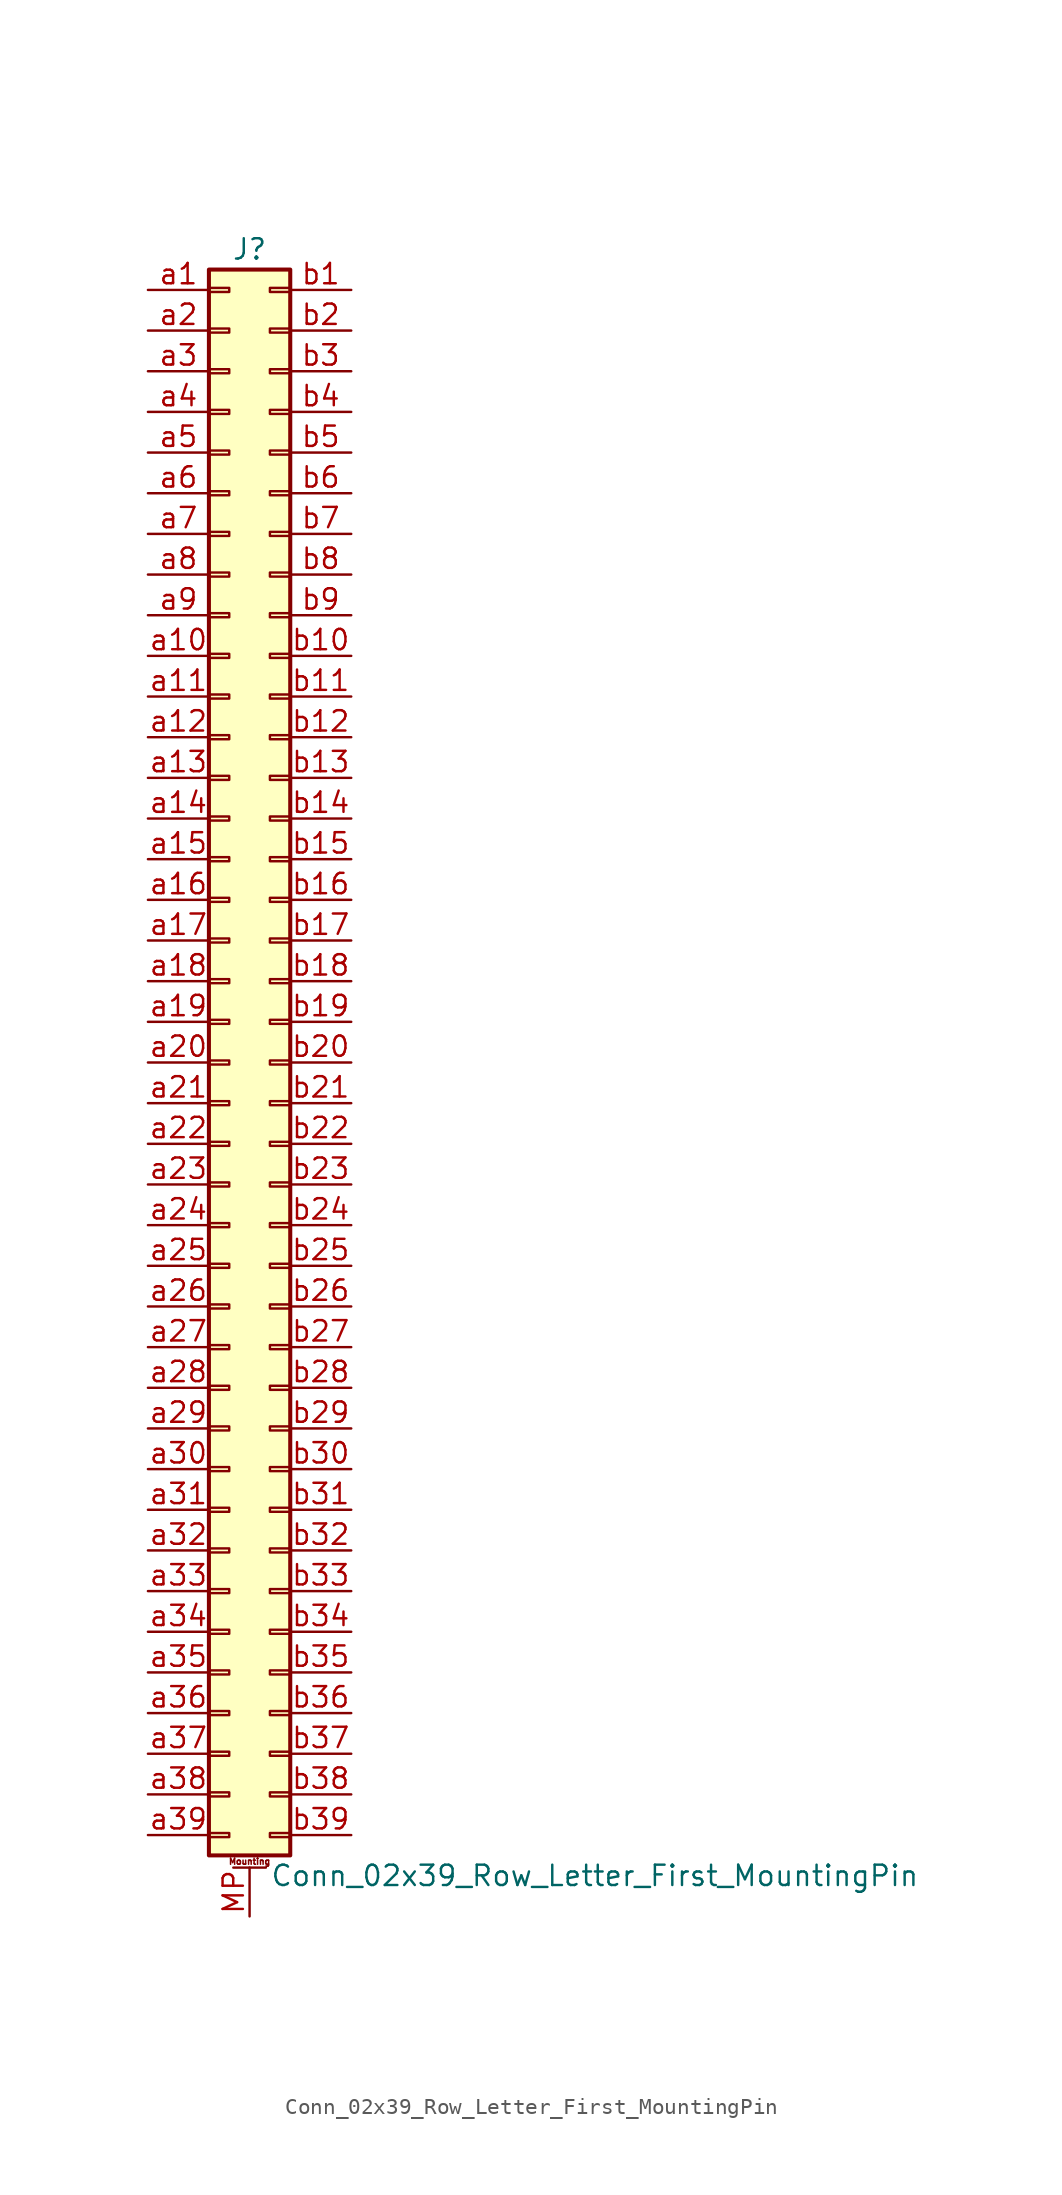
<source format=kicad_sym>
(kicad_symbol_lib
  (version 20201005)
  (generator kicad_symbol_editor)
  (symbol "Conn_02x39_Row_Letter_First_MountingPin"
    (pin_names
      (offset 1.016) hide)
    (property "Reference" "J"
      (at 1.27 50.8 0)
      (effects (font (size 1.27 1.27))))
    (property "Value" "Conn_02x39_Row_Letter_First_MountingPin"
      (at 2.54 -50.8 0)
      (effects (font (size 1.27 1.27)) (justify left)))
    (symbol "Conn_02x39_Row_Letter_First_MountingPin_1_1"
      (text "Mounting" (at 1.27 -49.911 0) (effects (font (size 0.381 0.381))))
      (rectangle (start -1.27 -48.133) (end 0 -48.387) (stroke (width 0.152)) (fill (type none)))
      (rectangle (start -1.27 -45.593) (end 0 -45.847) (stroke (width 0.152)) (fill (type none)))
      (rectangle (start -1.27 -43.053) (end 0 -43.307) (stroke (width 0.152)) (fill (type none)))
      (rectangle (start -1.27 -40.513) (end 0 -40.767) (stroke (width 0.152)) (fill (type none)))
      (rectangle (start -1.27 -37.973) (end 0 -38.227) (stroke (width 0.152)) (fill (type none)))
      (rectangle (start -1.27 -35.433) (end 0 -35.687) (stroke (width 0.152)) (fill (type none)))
      (rectangle (start -1.27 -32.893) (end 0 -33.147) (stroke (width 0.152)) (fill (type none)))
      (rectangle (start -1.27 -30.353) (end 0 -30.607) (stroke (width 0.152)) (fill (type none)))
      (rectangle (start -1.27 -27.813) (end 0 -28.067) (stroke (width 0.152)) (fill (type none)))
      (rectangle (start -1.27 -25.273) (end 0 -25.527) (stroke (width 0.152)) (fill (type none)))
      (rectangle (start -1.27 -22.733) (end 0 -22.987) (stroke (width 0.152)) (fill (type none)))
      (rectangle (start -1.27 -20.193) (end 0 -20.447) (stroke (width 0.152)) (fill (type none)))
      (rectangle (start -1.27 -17.653) (end 0 -17.907) (stroke (width 0.152)) (fill (type none)))
      (rectangle (start -1.27 -15.113) (end 0 -15.367) (stroke (width 0.152)) (fill (type none)))
      (rectangle (start -1.27 -12.573) (end 0 -12.827) (stroke (width 0.152)) (fill (type none)))
      (rectangle (start -1.27 -10.033) (end 0 -10.287) (stroke (width 0.152)) (fill (type none)))
      (rectangle (start -1.27 -7.493) (end 0 -7.747) (stroke (width 0.152)) (fill (type none)))
      (rectangle (start -1.27 -4.953) (end 0 -5.207) (stroke (width 0.152)) (fill (type none)))
      (rectangle (start -1.27 -2.413) (end 0 -2.667) (stroke (width 0.152)) (fill (type none)))
      (rectangle (start -1.27 0.127) (end 0 -0.127) (stroke (width 0.152)) (fill (type none)))
      (rectangle (start -1.27 2.667) (end 0 2.413) (stroke (width 0.152)) (fill (type none)))
      (rectangle (start -1.27 5.207) (end 0 4.953) (stroke (width 0.152)) (fill (type none)))
      (rectangle (start -1.27 7.747) (end 0 7.493) (stroke (width 0.152)) (fill (type none)))
      (rectangle (start -1.27 10.287) (end 0 10.033) (stroke (width 0.152)) (fill (type none)))
      (rectangle (start -1.27 12.827) (end 0 12.573) (stroke (width 0.152)) (fill (type none)))
      (rectangle (start -1.27 15.367) (end 0 15.113) (stroke (width 0.152)) (fill (type none)))
      (rectangle (start -1.27 17.907) (end 0 17.653) (stroke (width 0.152)) (fill (type none)))
      (rectangle (start -1.27 20.447) (end 0 20.193) (stroke (width 0.152)) (fill (type none)))
      (rectangle (start -1.27 22.987) (end 0 22.733) (stroke (width 0.152)) (fill (type none)))
      (rectangle (start -1.27 25.527) (end 0 25.273) (stroke (width 0.152)) (fill (type none)))
      (rectangle (start -1.27 28.067) (end 0 27.813) (stroke (width 0.152)) (fill (type none)))
      (rectangle (start -1.27 30.607) (end 0 30.353) (stroke (width 0.152)) (fill (type none)))
      (rectangle (start -1.27 33.147) (end 0 32.893) (stroke (width 0.152)) (fill (type none)))
      (rectangle (start -1.27 35.687) (end 0 35.433) (stroke (width 0.152)) (fill (type none)))
      (rectangle (start -1.27 38.227) (end 0 37.973) (stroke (width 0.152)) (fill (type none)))
      (rectangle (start -1.27 40.767) (end 0 40.513) (stroke (width 0.152)) (fill (type none)))
      (rectangle (start -1.27 43.307) (end 0 43.053) (stroke (width 0.152)) (fill (type none)))
      (rectangle (start -1.27 45.847) (end 0 45.593) (stroke (width 0.152)) (fill (type none)))
      (rectangle (start -1.27 48.387) (end 0 48.133) (stroke (width 0.152)) (fill (type none)))
      (rectangle (start 3.81 -48.133) (end 2.54 -48.387) (stroke (width 0.152)) (fill (type none)))
      (rectangle (start 3.81 -45.593) (end 2.54 -45.847) (stroke (width 0.152)) (fill (type none)))
      (rectangle (start 3.81 -43.053) (end 2.54 -43.307) (stroke (width 0.152)) (fill (type none)))
      (rectangle (start 3.81 -40.513) (end 2.54 -40.767) (stroke (width 0.152)) (fill (type none)))
      (rectangle (start 3.81 -37.973) (end 2.54 -38.227) (stroke (width 0.152)) (fill (type none)))
      (rectangle (start 3.81 -35.433) (end 2.54 -35.687) (stroke (width 0.152)) (fill (type none)))
      (rectangle (start 3.81 -32.893) (end 2.54 -33.147) (stroke (width 0.152)) (fill (type none)))
      (rectangle (start 3.81 -30.353) (end 2.54 -30.607) (stroke (width 0.152)) (fill (type none)))
      (rectangle (start 3.81 -27.813) (end 2.54 -28.067) (stroke (width 0.152)) (fill (type none)))
      (rectangle (start 3.81 -25.273) (end 2.54 -25.527) (stroke (width 0.152)) (fill (type none)))
      (rectangle (start 3.81 -22.733) (end 2.54 -22.987) (stroke (width 0.152)) (fill (type none)))
      (rectangle (start 3.81 -20.193) (end 2.54 -20.447) (stroke (width 0.152)) (fill (type none)))
      (rectangle (start 3.81 -17.653) (end 2.54 -17.907) (stroke (width 0.152)) (fill (type none)))
      (rectangle (start 3.81 -15.113) (end 2.54 -15.367) (stroke (width 0.152)) (fill (type none)))
      (rectangle (start 3.81 -12.573) (end 2.54 -12.827) (stroke (width 0.152)) (fill (type none)))
      (rectangle (start 3.81 -10.033) (end 2.54 -10.287) (stroke (width 0.152)) (fill (type none)))
      (rectangle (start 3.81 -7.493) (end 2.54 -7.747) (stroke (width 0.152)) (fill (type none)))
      (rectangle (start 3.81 -4.953) (end 2.54 -5.207) (stroke (width 0.152)) (fill (type none)))
      (rectangle (start 3.81 -2.413) (end 2.54 -2.667) (stroke (width 0.152)) (fill (type none)))
      (rectangle (start 3.81 0.127) (end 2.54 -0.127) (stroke (width 0.152)) (fill (type none)))
      (rectangle (start 3.81 2.667) (end 2.54 2.413) (stroke (width 0.152)) (fill (type none)))
      (rectangle (start 3.81 5.207) (end 2.54 4.953) (stroke (width 0.152)) (fill (type none)))
      (rectangle (start 3.81 7.747) (end 2.54 7.493) (stroke (width 0.152)) (fill (type none)))
      (rectangle (start 3.81 10.287) (end 2.54 10.033) (stroke (width 0.152)) (fill (type none)))
      (rectangle (start 3.81 12.827) (end 2.54 12.573) (stroke (width 0.152)) (fill (type none)))
      (rectangle (start 3.81 15.367) (end 2.54 15.113) (stroke (width 0.152)) (fill (type none)))
      (rectangle (start 3.81 17.907) (end 2.54 17.653) (stroke (width 0.152)) (fill (type none)))
      (rectangle (start 3.81 20.447) (end 2.54 20.193) (stroke (width 0.152)) (fill (type none)))
      (rectangle (start 3.81 22.987) (end 2.54 22.733) (stroke (width 0.152)) (fill (type none)))
      (rectangle (start 3.81 25.527) (end 2.54 25.273) (stroke (width 0.152)) (fill (type none)))
      (rectangle (start 3.81 28.067) (end 2.54 27.813) (stroke (width 0.152)) (fill (type none)))
      (rectangle (start 3.81 30.607) (end 2.54 30.353) (stroke (width 0.152)) (fill (type none)))
      (rectangle (start 3.81 33.147) (end 2.54 32.893) (stroke (width 0.152)) (fill (type none)))
      (rectangle (start 3.81 35.687) (end 2.54 35.433) (stroke (width 0.152)) (fill (type none)))
      (rectangle (start 3.81 38.227) (end 2.54 37.973) (stroke (width 0.152)) (fill (type none)))
      (rectangle (start 3.81 40.767) (end 2.54 40.513) (stroke (width 0.152)) (fill (type none)))
      (rectangle (start 3.81 43.307) (end 2.54 43.053) (stroke (width 0.152)) (fill (type none)))
      (rectangle (start 3.81 45.847) (end 2.54 45.593) (stroke (width 0.152)) (fill (type none)))
      (rectangle (start 3.81 48.387) (end 2.54 48.133) (stroke (width 0.152)) (fill (type none)))
      (rectangle (start -1.27 49.53) (end 3.81 -49.53) (stroke (width 0.254)) (fill (type background)))
      (polyline (pts (xy 0.254 -50.292) (xy 2.286 -50.292)) (stroke (width 0.152)) (fill (type none)))
      (pin passive line (at 1.27 -53.34 90) (length 3.048) (name "MountPin" (effects (font (size 1.27 1.27)))) (number "MP" (effects (font (size 1.27 1.27)))))
      (pin passive line (at -5.08 48.26 0) (length 3.81) (name "Pin_a1" (effects (font (size 1.27 1.27)))) (number "a1" (effects (font (size 1.27 1.27)))))
      (pin passive line (at -5.08 25.4 0) (length 3.81) (name "Pin_a10" (effects (font (size 1.27 1.27)))) (number "a10" (effects (font (size 1.27 1.27)))))
      (pin passive line (at -5.08 22.86 0) (length 3.81) (name "Pin_a11" (effects (font (size 1.27 1.27)))) (number "a11" (effects (font (size 1.27 1.27)))))
      (pin passive line (at -5.08 20.32 0) (length 3.81) (name "Pin_a12" (effects (font (size 1.27 1.27)))) (number "a12" (effects (font (size 1.27 1.27)))))
      (pin passive line (at -5.08 17.78 0) (length 3.81) (name "Pin_a13" (effects (font (size 1.27 1.27)))) (number "a13" (effects (font (size 1.27 1.27)))))
      (pin passive line (at -5.08 15.24 0) (length 3.81) (name "Pin_a14" (effects (font (size 1.27 1.27)))) (number "a14" (effects (font (size 1.27 1.27)))))
      (pin passive line (at -5.08 12.7 0) (length 3.81) (name "Pin_a15" (effects (font (size 1.27 1.27)))) (number "a15" (effects (font (size 1.27 1.27)))))
      (pin passive line (at -5.08 10.16 0) (length 3.81) (name "Pin_a16" (effects (font (size 1.27 1.27)))) (number "a16" (effects (font (size 1.27 1.27)))))
      (pin passive line (at -5.08 7.62 0) (length 3.81) (name "Pin_a17" (effects (font (size 1.27 1.27)))) (number "a17" (effects (font (size 1.27 1.27)))))
      (pin passive line (at -5.08 5.08 0) (length 3.81) (name "Pin_a18" (effects (font (size 1.27 1.27)))) (number "a18" (effects (font (size 1.27 1.27)))))
      (pin passive line (at -5.08 2.54 0) (length 3.81) (name "Pin_a19" (effects (font (size 1.27 1.27)))) (number "a19" (effects (font (size 1.27 1.27)))))
      (pin passive line (at -5.08 45.72 0) (length 3.81) (name "Pin_a2" (effects (font (size 1.27 1.27)))) (number "a2" (effects (font (size 1.27 1.27)))))
      (pin passive line (at -5.08 0 0) (length 3.81) (name "Pin_a20" (effects (font (size 1.27 1.27)))) (number "a20" (effects (font (size 1.27 1.27)))))
      (pin passive line (at -5.08 -2.54 0) (length 3.81) (name "Pin_a21" (effects (font (size 1.27 1.27)))) (number "a21" (effects (font (size 1.27 1.27)))))
      (pin passive line (at -5.08 -5.08 0) (length 3.81) (name "Pin_a22" (effects (font (size 1.27 1.27)))) (number "a22" (effects (font (size 1.27 1.27)))))
      (pin passive line (at -5.08 -7.62 0) (length 3.81) (name "Pin_a23" (effects (font (size 1.27 1.27)))) (number "a23" (effects (font (size 1.27 1.27)))))
      (pin passive line (at -5.08 -10.16 0) (length 3.81) (name "Pin_a24" (effects (font (size 1.27 1.27)))) (number "a24" (effects (font (size 1.27 1.27)))))
      (pin passive line (at -5.08 -12.7 0) (length 3.81) (name "Pin_a25" (effects (font (size 1.27 1.27)))) (number "a25" (effects (font (size 1.27 1.27)))))
      (pin passive line (at -5.08 -15.24 0) (length 3.81) (name "Pin_a26" (effects (font (size 1.27 1.27)))) (number "a26" (effects (font (size 1.27 1.27)))))
      (pin passive line (at -5.08 -17.78 0) (length 3.81) (name "Pin_a27" (effects (font (size 1.27 1.27)))) (number "a27" (effects (font (size 1.27 1.27)))))
      (pin passive line (at -5.08 -20.32 0) (length 3.81) (name "Pin_a28" (effects (font (size 1.27 1.27)))) (number "a28" (effects (font (size 1.27 1.27)))))
      (pin passive line (at -5.08 -22.86 0) (length 3.81) (name "Pin_a29" (effects (font (size 1.27 1.27)))) (number "a29" (effects (font (size 1.27 1.27)))))
      (pin passive line (at -5.08 43.18 0) (length 3.81) (name "Pin_a3" (effects (font (size 1.27 1.27)))) (number "a3" (effects (font (size 1.27 1.27)))))
      (pin passive line (at -5.08 -25.4 0) (length 3.81) (name "Pin_a30" (effects (font (size 1.27 1.27)))) (number "a30" (effects (font (size 1.27 1.27)))))
      (pin passive line (at -5.08 -27.94 0) (length 3.81) (name "Pin_a31" (effects (font (size 1.27 1.27)))) (number "a31" (effects (font (size 1.27 1.27)))))
      (pin passive line (at -5.08 -30.48 0) (length 3.81) (name "Pin_a32" (effects (font (size 1.27 1.27)))) (number "a32" (effects (font (size 1.27 1.27)))))
      (pin passive line (at -5.08 -33.02 0) (length 3.81) (name "Pin_a33" (effects (font (size 1.27 1.27)))) (number "a33" (effects (font (size 1.27 1.27)))))
      (pin passive line (at -5.08 -35.56 0) (length 3.81) (name "Pin_a34" (effects (font (size 1.27 1.27)))) (number "a34" (effects (font (size 1.27 1.27)))))
      (pin passive line (at -5.08 -38.1 0) (length 3.81) (name "Pin_a35" (effects (font (size 1.27 1.27)))) (number "a35" (effects (font (size 1.27 1.27)))))
      (pin passive line (at -5.08 -40.64 0) (length 3.81) (name "Pin_a36" (effects (font (size 1.27 1.27)))) (number "a36" (effects (font (size 1.27 1.27)))))
      (pin passive line (at -5.08 -43.18 0) (length 3.81) (name "Pin_a37" (effects (font (size 1.27 1.27)))) (number "a37" (effects (font (size 1.27 1.27)))))
      (pin passive line (at -5.08 -45.72 0) (length 3.81) (name "Pin_a38" (effects (font (size 1.27 1.27)))) (number "a38" (effects (font (size 1.27 1.27)))))
      (pin passive line (at -5.08 -48.26 0) (length 3.81) (name "Pin_a39" (effects (font (size 1.27 1.27)))) (number "a39" (effects (font (size 1.27 1.27)))))
      (pin passive line (at -5.08 40.64 0) (length 3.81) (name "Pin_a4" (effects (font (size 1.27 1.27)))) (number "a4" (effects (font (size 1.27 1.27)))))
      (pin passive line (at -5.08 38.1 0) (length 3.81) (name "Pin_a5" (effects (font (size 1.27 1.27)))) (number "a5" (effects (font (size 1.27 1.27)))))
      (pin passive line (at -5.08 35.56 0) (length 3.81) (name "Pin_a6" (effects (font (size 1.27 1.27)))) (number "a6" (effects (font (size 1.27 1.27)))))
      (pin passive line (at -5.08 33.02 0) (length 3.81) (name "Pin_a7" (effects (font (size 1.27 1.27)))) (number "a7" (effects (font (size 1.27 1.27)))))
      (pin passive line (at -5.08 30.48 0) (length 3.81) (name "Pin_a8" (effects (font (size 1.27 1.27)))) (number "a8" (effects (font (size 1.27 1.27)))))
      (pin passive line (at -5.08 27.94 0) (length 3.81) (name "Pin_a9" (effects (font (size 1.27 1.27)))) (number "a9" (effects (font (size 1.27 1.27)))))
      (pin passive line (at 7.62 48.26 180) (length 3.81) (name "Pin_b1" (effects (font (size 1.27 1.27)))) (number "b1" (effects (font (size 1.27 1.27)))))
      (pin passive line (at 7.62 25.4 180) (length 3.81) (name "Pin_b10" (effects (font (size 1.27 1.27)))) (number "b10" (effects (font (size 1.27 1.27)))))
      (pin passive line (at 7.62 22.86 180) (length 3.81) (name "Pin_b11" (effects (font (size 1.27 1.27)))) (number "b11" (effects (font (size 1.27 1.27)))))
      (pin passive line (at 7.62 20.32 180) (length 3.81) (name "Pin_b12" (effects (font (size 1.27 1.27)))) (number "b12" (effects (font (size 1.27 1.27)))))
      (pin passive line (at 7.62 17.78 180) (length 3.81) (name "Pin_b13" (effects (font (size 1.27 1.27)))) (number "b13" (effects (font (size 1.27 1.27)))))
      (pin passive line (at 7.62 15.24 180) (length 3.81) (name "Pin_b14" (effects (font (size 1.27 1.27)))) (number "b14" (effects (font (size 1.27 1.27)))))
      (pin passive line (at 7.62 12.7 180) (length 3.81) (name "Pin_b15" (effects (font (size 1.27 1.27)))) (number "b15" (effects (font (size 1.27 1.27)))))
      (pin passive line (at 7.62 10.16 180) (length 3.81) (name "Pin_b16" (effects (font (size 1.27 1.27)))) (number "b16" (effects (font (size 1.27 1.27)))))
      (pin passive line (at 7.62 7.62 180) (length 3.81) (name "Pin_b17" (effects (font (size 1.27 1.27)))) (number "b17" (effects (font (size 1.27 1.27)))))
      (pin passive line (at 7.62 5.08 180) (length 3.81) (name "Pin_b18" (effects (font (size 1.27 1.27)))) (number "b18" (effects (font (size 1.27 1.27)))))
      (pin passive line (at 7.62 2.54 180) (length 3.81) (name "Pin_b19" (effects (font (size 1.27 1.27)))) (number "b19" (effects (font (size 1.27 1.27)))))
      (pin passive line (at 7.62 45.72 180) (length 3.81) (name "Pin_b2" (effects (font (size 1.27 1.27)))) (number "b2" (effects (font (size 1.27 1.27)))))
      (pin passive line (at 7.62 0 180) (length 3.81) (name "Pin_b20" (effects (font (size 1.27 1.27)))) (number "b20" (effects (font (size 1.27 1.27)))))
      (pin passive line (at 7.62 -2.54 180) (length 3.81) (name "Pin_b21" (effects (font (size 1.27 1.27)))) (number "b21" (effects (font (size 1.27 1.27)))))
      (pin passive line (at 7.62 -5.08 180) (length 3.81) (name "Pin_b22" (effects (font (size 1.27 1.27)))) (number "b22" (effects (font (size 1.27 1.27)))))
      (pin passive line (at 7.62 -7.62 180) (length 3.81) (name "Pin_b23" (effects (font (size 1.27 1.27)))) (number "b23" (effects (font (size 1.27 1.27)))))
      (pin passive line (at 7.62 -10.16 180) (length 3.81) (name "Pin_b24" (effects (font (size 1.27 1.27)))) (number "b24" (effects (font (size 1.27 1.27)))))
      (pin passive line (at 7.62 -12.7 180) (length 3.81) (name "Pin_b25" (effects (font (size 1.27 1.27)))) (number "b25" (effects (font (size 1.27 1.27)))))
      (pin passive line (at 7.62 -15.24 180) (length 3.81) (name "Pin_b26" (effects (font (size 1.27 1.27)))) (number "b26" (effects (font (size 1.27 1.27)))))
      (pin passive line (at 7.62 -17.78 180) (length 3.81) (name "Pin_b27" (effects (font (size 1.27 1.27)))) (number "b27" (effects (font (size 1.27 1.27)))))
      (pin passive line (at 7.62 -20.32 180) (length 3.81) (name "Pin_b28" (effects (font (size 1.27 1.27)))) (number "b28" (effects (font (size 1.27 1.27)))))
      (pin passive line (at 7.62 -22.86 180) (length 3.81) (name "Pin_b29" (effects (font (size 1.27 1.27)))) (number "b29" (effects (font (size 1.27 1.27)))))
      (pin passive line (at 7.62 43.18 180) (length 3.81) (name "Pin_b3" (effects (font (size 1.27 1.27)))) (number "b3" (effects (font (size 1.27 1.27)))))
      (pin passive line (at 7.62 -25.4 180) (length 3.81) (name "Pin_b30" (effects (font (size 1.27 1.27)))) (number "b30" (effects (font (size 1.27 1.27)))))
      (pin passive line (at 7.62 -27.94 180) (length 3.81) (name "Pin_b31" (effects (font (size 1.27 1.27)))) (number "b31" (effects (font (size 1.27 1.27)))))
      (pin passive line (at 7.62 -30.48 180) (length 3.81) (name "Pin_b32" (effects (font (size 1.27 1.27)))) (number "b32" (effects (font (size 1.27 1.27)))))
      (pin passive line (at 7.62 -33.02 180) (length 3.81) (name "Pin_b33" (effects (font (size 1.27 1.27)))) (number "b33" (effects (font (size 1.27 1.27)))))
      (pin passive line (at 7.62 -35.56 180) (length 3.81) (name "Pin_b34" (effects (font (size 1.27 1.27)))) (number "b34" (effects (font (size 1.27 1.27)))))
      (pin passive line (at 7.62 -38.1 180) (length 3.81) (name "Pin_b35" (effects (font (size 1.27 1.27)))) (number "b35" (effects (font (size 1.27 1.27)))))
      (pin passive line (at 7.62 -40.64 180) (length 3.81) (name "Pin_b36" (effects (font (size 1.27 1.27)))) (number "b36" (effects (font (size 1.27 1.27)))))
      (pin passive line (at 7.62 -43.18 180) (length 3.81) (name "Pin_b37" (effects (font (size 1.27 1.27)))) (number "b37" (effects (font (size 1.27 1.27)))))
      (pin passive line (at 7.62 -45.72 180) (length 3.81) (name "Pin_b38" (effects (font (size 1.27 1.27)))) (number "b38" (effects (font (size 1.27 1.27)))))
      (pin passive line (at 7.62 -48.26 180) (length 3.81) (name "Pin_b39" (effects (font (size 1.27 1.27)))) (number "b39" (effects (font (size 1.27 1.27)))))
      (pin passive line (at 7.62 40.64 180) (length 3.81) (name "Pin_b4" (effects (font (size 1.27 1.27)))) (number "b4" (effects (font (size 1.27 1.27)))))
      (pin passive line (at 7.62 38.1 180) (length 3.81) (name "Pin_b5" (effects (font (size 1.27 1.27)))) (number "b5" (effects (font (size 1.27 1.27)))))
      (pin passive line (at 7.62 35.56 180) (length 3.81) (name "Pin_b6" (effects (font (size 1.27 1.27)))) (number "b6" (effects (font (size 1.27 1.27)))))
      (pin passive line (at 7.62 33.02 180) (length 3.81) (name "Pin_b7" (effects (font (size 1.27 1.27)))) (number "b7" (effects (font (size 1.27 1.27)))))
      (pin passive line (at 7.62 30.48 180) (length 3.81) (name "Pin_b8" (effects (font (size 1.27 1.27)))) (number "b8" (effects (font (size 1.27 1.27)))))
      (pin passive line (at 7.62 27.94 180) (length 3.81) (name "Pin_b9" (effects (font (size 1.27 1.27)))) (number "b9" (effects (font (size 1.27 1.27))))))))
</source>
